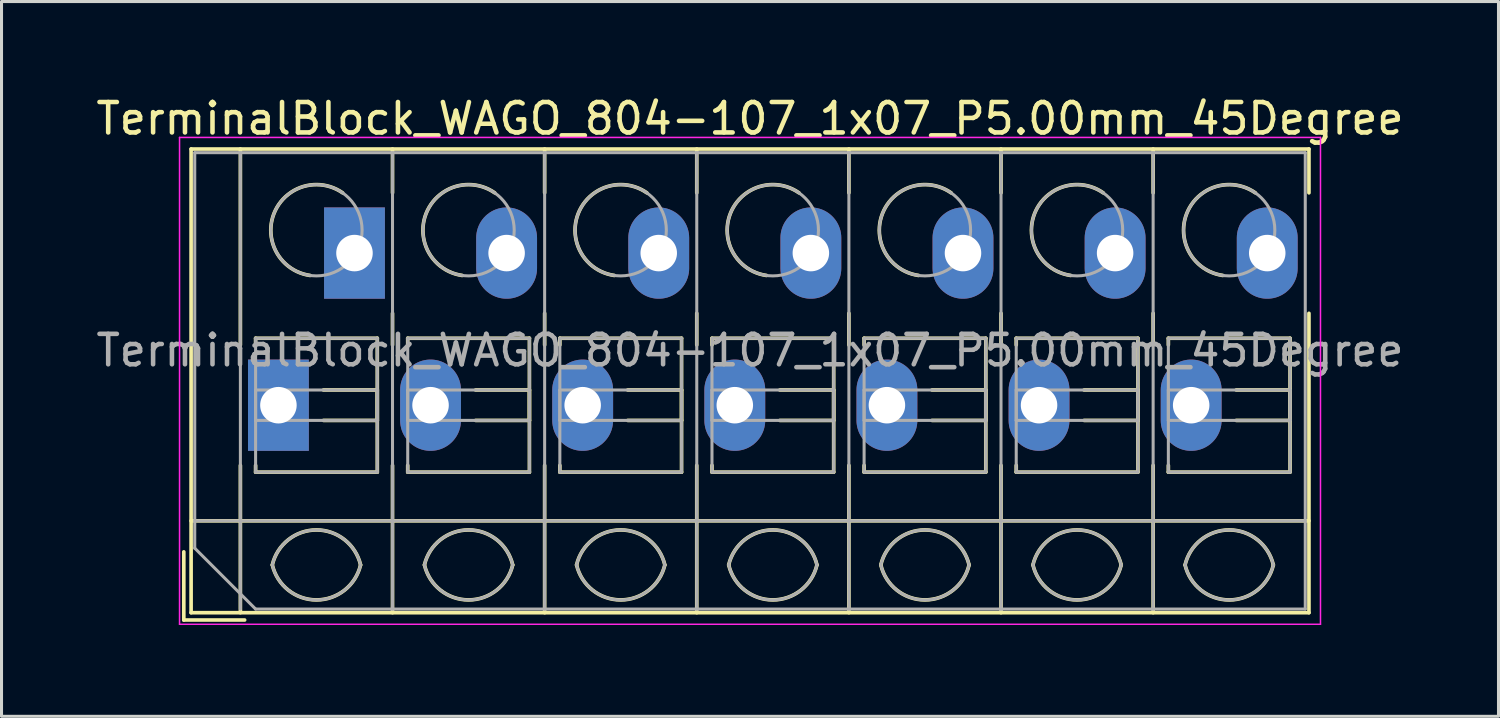
<source format=kicad_pcb>
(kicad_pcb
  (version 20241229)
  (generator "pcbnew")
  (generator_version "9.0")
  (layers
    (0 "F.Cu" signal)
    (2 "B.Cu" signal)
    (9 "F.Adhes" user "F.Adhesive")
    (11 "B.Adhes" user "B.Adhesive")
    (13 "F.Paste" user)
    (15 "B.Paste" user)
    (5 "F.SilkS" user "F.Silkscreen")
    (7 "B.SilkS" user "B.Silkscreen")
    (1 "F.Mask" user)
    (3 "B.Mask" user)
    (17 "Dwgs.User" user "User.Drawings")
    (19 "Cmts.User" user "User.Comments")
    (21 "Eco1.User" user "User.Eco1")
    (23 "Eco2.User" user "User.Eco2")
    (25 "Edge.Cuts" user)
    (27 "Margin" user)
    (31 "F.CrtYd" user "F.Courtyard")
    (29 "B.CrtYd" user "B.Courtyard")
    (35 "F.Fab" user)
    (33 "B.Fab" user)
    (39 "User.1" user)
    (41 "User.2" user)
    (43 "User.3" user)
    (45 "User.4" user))
  (footprint "TerminalBlock_WAGO_804-107_1x07_P5.00mm_45Degree"
    (layer "F.Cu")
    (at 6.101 10.268)
    (property "Reference" "TerminalBlock_WAGO_804-107_1x07_P5.00mm_45Degree" (at 15.5 -9.42 0) (layer "F.SilkS") (effects (font (size 1 1) (thickness 0.15))))
    (attr through_hole)
    (fp_line (start -3.11 4.82) (end -3.11 7.06) (stroke (width 0.12) (type solid)) (layer "F.SilkS"))
    (fp_line (start -3.11 7.06) (end -1.11 7.06) (stroke (width 0.12) (type solid)) (layer "F.SilkS"))
    (fp_line (start -2.87 -8.42) (end -2.87 6.82) (stroke (width 0.12) (type solid)) (layer "F.SilkS"))
    (fp_line (start -2.87 -8.42) (end 33.871 -8.42) (stroke (width 0.12) (type solid)) (layer "F.SilkS"))
    (fp_line (start -2.87 3.8) (end 33.871 3.8) (stroke (width 0.12) (type solid)) (layer "F.SilkS"))
    (fp_line (start -2.87 6.82) (end 33.871 6.82) (stroke (width 0.12) (type solid)) (layer "F.SilkS"))
    (fp_line (start -1.25 -8.42) (end -1.25 -1.98) (stroke (width 0.12) (type solid)) (layer "F.SilkS"))
    (fp_line (start -1.25 1.98) (end -1.25 6.82) (stroke (width 0.12) (type solid)) (layer "F.SilkS"))
    (fp_line (start -0.75 -2.2) (end -0.75 -1.98) (stroke (width 0.12) (type solid)) (layer "F.SilkS"))
    (fp_line (start -0.75 -2.2) (end 3.25 -2.2) (stroke (width 0.12) (type solid)) (layer "F.SilkS"))
    (fp_line (start -0.75 1.98) (end -0.75 2.2) (stroke (width 0.12) (type solid)) (layer "F.SilkS"))
    (fp_line (start -0.75 2.2) (end 3.25 2.2) (stroke (width 0.12) (type solid)) (layer "F.SilkS"))
    (fp_line (start 1.48 -0.5) (end 3.25 -0.5) (stroke (width 0.12) (type solid)) (layer "F.SilkS"))
    (fp_line (start 1.48 0.5) (end 3.25 0.5) (stroke (width 0.12) (type solid)) (layer "F.SilkS"))
    (fp_line (start 3.25 -2.2) (end 3.25 2.2) (stroke (width 0.12) (type solid)) (layer "F.SilkS"))
    (fp_line (start 3.25 -0.5) (end 3.25 0.5) (stroke (width 0.12) (type solid)) (layer "F.SilkS"))
    (fp_line (start 3.75 -8.42) (end 3.75 -6.98) (stroke (width 0.12) (type solid)) (layer "F.SilkS"))
    (fp_line (start 3.75 -3.02) (end 3.75 -1.98) (stroke (width 0.12) (type solid)) (layer "F.SilkS"))
    (fp_line (start 3.75 1.98) (end 3.75 6.82) (stroke (width 0.12) (type solid)) (layer "F.SilkS"))
    (fp_line (start 4.25 -2.2) (end 4.25 -1.98) (stroke (width 0.12) (type solid)) (layer "F.SilkS"))
    (fp_line (start 4.25 -2.2) (end 8.25 -2.2) (stroke (width 0.12) (type solid)) (layer "F.SilkS"))
    (fp_line (start 4.25 1.98) (end 4.25 2.2) (stroke (width 0.12) (type solid)) (layer "F.SilkS"))
    (fp_line (start 4.25 2.2) (end 8.25 2.2) (stroke (width 0.12) (type solid)) (layer "F.SilkS"))
    (fp_line (start 6.48 -0.5) (end 8.25 -0.5) (stroke (width 0.12) (type solid)) (layer "F.SilkS"))
    (fp_line (start 6.48 0.5) (end 8.25 0.5) (stroke (width 0.12) (type solid)) (layer "F.SilkS"))
    (fp_line (start 8.25 -2.2) (end 8.25 2.2) (stroke (width 0.12) (type solid)) (layer "F.SilkS"))
    (fp_line (start 8.25 -0.5) (end 8.25 0.5) (stroke (width 0.12) (type solid)) (layer "F.SilkS"))
    (fp_line (start 8.75 -8.42) (end 8.75 -6.98) (stroke (width 0.12) (type solid)) (layer "F.SilkS"))
    (fp_line (start 8.75 -3.02) (end 8.75 -1.98) (stroke (width 0.12) (type solid)) (layer "F.SilkS"))
    (fp_line (start 8.75 1.98) (end 8.75 6.82) (stroke (width 0.12) (type solid)) (layer "F.SilkS"))
    (fp_line (start 9.25 -2.2) (end 9.25 -1.98) (stroke (width 0.12) (type solid)) (layer "F.SilkS"))
    (fp_line (start 9.25 -2.2) (end 13.25 -2.2) (stroke (width 0.12) (type solid)) (layer "F.SilkS"))
    (fp_line (start 9.25 1.98) (end 9.25 2.2) (stroke (width 0.12) (type solid)) (layer "F.SilkS"))
    (fp_line (start 9.25 2.2) (end 13.25 2.2) (stroke (width 0.12) (type solid)) (layer "F.SilkS"))
    (fp_line (start 11.48 -0.5) (end 13.25 -0.5) (stroke (width 0.12) (type solid)) (layer "F.SilkS"))
    (fp_line (start 11.48 0.5) (end 13.25 0.5) (stroke (width 0.12) (type solid)) (layer "F.SilkS"))
    (fp_line (start 13.25 -2.2) (end 13.25 2.2) (stroke (width 0.12) (type solid)) (layer "F.SilkS"))
    (fp_line (start 13.25 -0.5) (end 13.25 0.5) (stroke (width 0.12) (type solid)) (layer "F.SilkS"))
    (fp_line (start 13.75 -8.42) (end 13.75 -6.98) (stroke (width 0.12) (type solid)) (layer "F.SilkS"))
    (fp_line (start 13.75 -3.02) (end 13.75 -1.98) (stroke (width 0.12) (type solid)) (layer "F.SilkS"))
    (fp_line (start 13.75 1.98) (end 13.75 6.82) (stroke (width 0.12) (type solid)) (layer "F.SilkS"))
    (fp_line (start 14.25 -2.2) (end 14.25 -1.98) (stroke (width 0.12) (type solid)) (layer "F.SilkS"))
    (fp_line (start 14.25 -2.2) (end 18.25 -2.2) (stroke (width 0.12) (type solid)) (layer "F.SilkS"))
    (fp_line (start 14.25 1.98) (end 14.25 2.2) (stroke (width 0.12) (type solid)) (layer "F.SilkS"))
    (fp_line (start 14.25 2.2) (end 18.25 2.2) (stroke (width 0.12) (type solid)) (layer "F.SilkS"))
    (fp_line (start 16.48 -0.5) (end 18.25 -0.5) (stroke (width 0.12) (type solid)) (layer "F.SilkS"))
    (fp_line (start 16.48 0.5) (end 18.25 0.5) (stroke (width 0.12) (type solid)) (layer "F.SilkS"))
    (fp_line (start 18.25 -2.2) (end 18.25 2.2) (stroke (width 0.12) (type solid)) (layer "F.SilkS"))
    (fp_line (start 18.25 -0.5) (end 18.25 0.5) (stroke (width 0.12) (type solid)) (layer "F.SilkS"))
    (fp_line (start 18.75 -8.42) (end 18.75 -6.98) (stroke (width 0.12) (type solid)) (layer "F.SilkS"))
    (fp_line (start 18.75 -3.02) (end 18.75 -1.98) (stroke (width 0.12) (type solid)) (layer "F.SilkS"))
    (fp_line (start 18.75 1.98) (end 18.75 6.82) (stroke (width 0.12) (type solid)) (layer "F.SilkS"))
    (fp_line (start 19.25 -2.2) (end 19.25 -1.98) (stroke (width 0.12) (type solid)) (layer "F.SilkS"))
    (fp_line (start 19.25 -2.2) (end 23.25 -2.2) (stroke (width 0.12) (type solid)) (layer "F.SilkS"))
    (fp_line (start 19.25 1.98) (end 19.25 2.2) (stroke (width 0.12) (type solid)) (layer "F.SilkS"))
    (fp_line (start 19.25 2.2) (end 23.25 2.2) (stroke (width 0.12) (type solid)) (layer "F.SilkS"))
    (fp_line (start 21.48 -0.5) (end 23.25 -0.5) (stroke (width 0.12) (type solid)) (layer "F.SilkS"))
    (fp_line (start 21.48 0.5) (end 23.25 0.5) (stroke (width 0.12) (type solid)) (layer "F.SilkS"))
    (fp_line (start 23.25 -2.2) (end 23.25 2.2) (stroke (width 0.12) (type solid)) (layer "F.SilkS"))
    (fp_line (start 23.25 -0.5) (end 23.25 0.5) (stroke (width 0.12) (type solid)) (layer "F.SilkS"))
    (fp_line (start 23.75 -8.42) (end 23.75 -6.98) (stroke (width 0.12) (type solid)) (layer "F.SilkS"))
    (fp_line (start 23.75 -3.02) (end 23.75 -1.98) (stroke (width 0.12) (type solid)) (layer "F.SilkS"))
    (fp_line (start 23.75 1.98) (end 23.75 6.82) (stroke (width 0.12) (type solid)) (layer "F.SilkS"))
    (fp_line (start 24.25 -2.2) (end 24.25 -1.98) (stroke (width 0.12) (type solid)) (layer "F.SilkS"))
    (fp_line (start 24.25 -2.2) (end 28.25 -2.2) (stroke (width 0.12) (type solid)) (layer "F.SilkS"))
    (fp_line (start 24.25 1.98) (end 24.25 2.2) (stroke (width 0.12) (type solid)) (layer "F.SilkS"))
    (fp_line (start 24.25 2.2) (end 28.25 2.2) (stroke (width 0.12) (type solid)) (layer "F.SilkS"))
    (fp_line (start 26.48 -0.5) (end 28.25 -0.5) (stroke (width 0.12) (type solid)) (layer "F.SilkS"))
    (fp_line (start 26.48 0.5) (end 28.25 0.5) (stroke (width 0.12) (type solid)) (layer "F.SilkS"))
    (fp_line (start 28.25 -2.2) (end 28.25 2.2) (stroke (width 0.12) (type solid)) (layer "F.SilkS"))
    (fp_line (start 28.25 -0.5) (end 28.25 0.5) (stroke (width 0.12) (type solid)) (layer "F.SilkS"))
    (fp_line (start 28.75 -8.42) (end 28.75 -6.98) (stroke (width 0.12) (type solid)) (layer "F.SilkS"))
    (fp_line (start 28.75 -3.02) (end 28.75 -1.98) (stroke (width 0.12) (type solid)) (layer "F.SilkS"))
    (fp_line (start 28.75 1.98) (end 28.75 6.82) (stroke (width 0.12) (type solid)) (layer "F.SilkS"))
    (fp_line (start 29.25 -2.2) (end 29.25 -1.98) (stroke (width 0.12) (type solid)) (layer "F.SilkS"))
    (fp_line (start 29.25 -2.2) (end 33.25 -2.2) (stroke (width 0.12) (type solid)) (layer "F.SilkS"))
    (fp_line (start 29.25 1.98) (end 29.25 2.2) (stroke (width 0.12) (type solid)) (layer "F.SilkS"))
    (fp_line (start 29.25 2.2) (end 33.25 2.2) (stroke (width 0.12) (type solid)) (layer "F.SilkS"))
    (fp_line (start 31.48 -0.5) (end 33.25 -0.5) (stroke (width 0.12) (type solid)) (layer "F.SilkS"))
    (fp_line (start 31.48 0.5) (end 33.25 0.5) (stroke (width 0.12) (type solid)) (layer "F.SilkS"))
    (fp_line (start 33.25 -2.2) (end 33.25 2.2) (stroke (width 0.12) (type solid)) (layer "F.SilkS"))
    (fp_line (start 33.25 -0.5) (end 33.25 0.5) (stroke (width 0.12) (type solid)) (layer "F.SilkS"))
    (fp_line (start 33.871 -8.42) (end 33.871 -6.98) (stroke (width 0.12) (type solid)) (layer "F.SilkS"))
    (fp_line (start 33.871 -3.02) (end 33.871 6.82) (stroke (width 0.12) (type solid)) (layer "F.SilkS"))
    (fp_arc (start -0.200865 5.250424) (mid 1.250296 4.099926) (end 2.701 5.251) (stroke (width 0.12) (type solid)) (layer "F.SilkS"))
    (fp_arc (start 1.040798 -4.264067) (mid -0.146039 -6.300306) (end 2.111 -6.979) (stroke (width 0.12) (type solid)) (layer "F.SilkS"))
    (fp_arc (start 2.7 5.25) (mid 1.250068 6.400101) (end -0.199969 5.250133) (stroke (width 0.12) (type solid)) (layer "F.SilkS"))
    (fp_arc (start 4.799135 5.250424) (mid 6.250296 4.099926) (end 7.701 5.251) (stroke (width 0.12) (type solid)) (layer "F.SilkS"))
    (fp_arc (start 6.040798 -4.264067) (mid 4.853961 -6.300306) (end 7.111 -6.979) (stroke (width 0.12) (type solid)) (layer "F.SilkS"))
    (fp_arc (start 7.7 5.25) (mid 6.250068 6.400101) (end 4.800031 5.250133) (stroke (width 0.12) (type solid)) (layer "F.SilkS"))
    (fp_arc (start 9.799135 5.250424) (mid 11.250296 4.099926) (end 12.701 5.251) (stroke (width 0.12) (type solid)) (layer "F.SilkS"))
    (fp_arc (start 11.040798 -4.264067) (mid 9.853961 -6.300306) (end 12.111 -6.979) (stroke (width 0.12) (type solid)) (layer "F.SilkS"))
    (fp_arc (start 12.7 5.25) (mid 11.250068 6.400101) (end 9.800031 5.250133) (stroke (width 0.12) (type solid)) (layer "F.SilkS"))
    (fp_arc (start 14.799135 5.250424) (mid 16.250296 4.099926) (end 17.701 5.251) (stroke (width 0.12) (type solid)) (layer "F.SilkS"))
    (fp_arc (start 16.040798 -4.264067) (mid 14.853961 -6.300306) (end 17.111 -6.979) (stroke (width 0.12) (type solid)) (layer "F.SilkS"))
    (fp_arc (start 17.7 5.25) (mid 16.250068 6.400101) (end 14.800031 5.250133) (stroke (width 0.12) (type solid)) (layer "F.SilkS"))
    (fp_arc (start 19.799135 5.250424) (mid 21.250296 4.099926) (end 22.701 5.251) (stroke (width 0.12) (type solid)) (layer "F.SilkS"))
    (fp_arc (start 21.040798 -4.264067) (mid 19.853961 -6.300306) (end 22.111 -6.979) (stroke (width 0.12) (type solid)) (layer "F.SilkS"))
    (fp_arc (start 22.7 5.25) (mid 21.250068 6.400101) (end 19.800031 5.250133) (stroke (width 0.12) (type solid)) (layer "F.SilkS"))
    (fp_arc (start 24.799135 5.250424) (mid 26.250296 4.099926) (end 27.701 5.251) (stroke (width 0.12) (type solid)) (layer "F.SilkS"))
    (fp_arc (start 26.040798 -4.264067) (mid 24.853961 -6.300306) (end 27.111 -6.979) (stroke (width 0.12) (type solid)) (layer "F.SilkS"))
    (fp_arc (start 27.7 5.25) (mid 26.250068 6.400101) (end 24.800031 5.250133) (stroke (width 0.12) (type solid)) (layer "F.SilkS"))
    (fp_arc (start 29.799135 5.250424) (mid 31.250296 4.099926) (end 32.701 5.251) (stroke (width 0.12) (type solid)) (layer "F.SilkS"))
    (fp_arc (start 31.040798 -4.264067) (mid 29.853961 -6.300306) (end 32.111 -6.979) (stroke (width 0.12) (type solid)) (layer "F.SilkS"))
    (fp_arc (start 32.701 5.25) (mid 31.250296 6.401074) (end 29.799135 5.250576) (stroke (width 0.12) (type solid)) (layer "F.SilkS"))
    (fp_line (start -3.25 -8.8) (end -3.25 7.2) (stroke (width 0.05) (type solid)) (layer "F.CrtYd"))
    (fp_line (start -3.25 7.2) (end 34.25 7.2) (stroke (width 0.05) (type solid)) (layer "F.CrtYd"))
    (fp_line (start 34.25 -8.8) (end -3.25 -8.8) (stroke (width 0.05) (type solid)) (layer "F.CrtYd"))
    (fp_line (start 34.25 7.2) (end 34.25 -8.8) (stroke (width 0.05) (type solid)) (layer "F.CrtYd"))
    (fp_line (start -2.75 -8.3) (end 33.75 -8.3) (stroke (width 0.1) (type solid)) (layer "F.Fab"))
    (fp_line (start -2.75 3.8) (end 33.75 3.8) (stroke (width 0.1) (type solid)) (layer "F.Fab"))
    (fp_line (start -2.75 4.7) (end -2.75 -8.3) (stroke (width 0.1) (type solid)) (layer "F.Fab"))
    (fp_line (start -1.25 -8.3) (end -1.25 6.7) (stroke (width 0.1) (type solid)) (layer "F.Fab"))
    (fp_line (start -0.75 -2.2) (end -0.75 2.2) (stroke (width 0.1) (type solid)) (layer "F.Fab"))
    (fp_line (start -0.75 -0.5) (end -0.75 0.5) (stroke (width 0.1) (type solid)) (layer "F.Fab"))
    (fp_line (start -0.75 0.5) (end 3.25 0.5) (stroke (width 0.1) (type solid)) (layer "F.Fab"))
    (fp_line (start -0.75 2.2) (end 3.25 2.2) (stroke (width 0.1) (type solid)) (layer "F.Fab"))
    (fp_line (start -0.75 6.7) (end -2.75 4.7) (stroke (width 0.1) (type solid)) (layer "F.Fab"))
    (fp_line (start 3.25 -2.2) (end -0.75 -2.2) (stroke (width 0.1) (type solid)) (layer "F.Fab"))
    (fp_line (start 3.25 -0.5) (end -0.75 -0.5) (stroke (width 0.1) (type solid)) (layer "F.Fab"))
    (fp_line (start 3.25 0.5) (end 3.25 -0.5) (stroke (width 0.1) (type solid)) (layer "F.Fab"))
    (fp_line (start 3.25 2.2) (end 3.25 -2.2) (stroke (width 0.1) (type solid)) (layer "F.Fab"))
    (fp_line (start 3.75 -8.3) (end 3.75 6.7) (stroke (width 0.1) (type solid)) (layer "F.Fab"))
    (fp_line (start 4.25 -2.2) (end 4.25 2.2) (stroke (width 0.1) (type solid)) (layer "F.Fab"))
    (fp_line (start 4.25 -0.5) (end 4.25 0.5) (stroke (width 0.1) (type solid)) (layer "F.Fab"))
    (fp_line (start 4.25 0.5) (end 8.25 0.5) (stroke (width 0.1) (type solid)) (layer "F.Fab"))
    (fp_line (start 4.25 2.2) (end 8.25 2.2) (stroke (width 0.1) (type solid)) (layer "F.Fab"))
    (fp_line (start 8.25 -2.2) (end 4.25 -2.2) (stroke (width 0.1) (type solid)) (layer "F.Fab"))
    (fp_line (start 8.25 -0.5) (end 4.25 -0.5) (stroke (width 0.1) (type solid)) (layer "F.Fab"))
    (fp_line (start 8.25 0.5) (end 8.25 -0.5) (stroke (width 0.1) (type solid)) (layer "F.Fab"))
    (fp_line (start 8.25 2.2) (end 8.25 -2.2) (stroke (width 0.1) (type solid)) (layer "F.Fab"))
    (fp_line (start 8.75 -8.3) (end 8.75 6.7) (stroke (width 0.1) (type solid)) (layer "F.Fab"))
    (fp_line (start 9.25 -2.2) (end 9.25 2.2) (stroke (width 0.1) (type solid)) (layer "F.Fab"))
    (fp_line (start 9.25 -0.5) (end 9.25 0.5) (stroke (width 0.1) (type solid)) (layer "F.Fab"))
    (fp_line (start 9.25 0.5) (end 13.25 0.5) (stroke (width 0.1) (type solid)) (layer "F.Fab"))
    (fp_line (start 9.25 2.2) (end 13.25 2.2) (stroke (width 0.1) (type solid)) (layer "F.Fab"))
    (fp_line (start 13.25 -2.2) (end 9.25 -2.2) (stroke (width 0.1) (type solid)) (layer "F.Fab"))
    (fp_line (start 13.25 -0.5) (end 9.25 -0.5) (stroke (width 0.1) (type solid)) (layer "F.Fab"))
    (fp_line (start 13.25 0.5) (end 13.25 -0.5) (stroke (width 0.1) (type solid)) (layer "F.Fab"))
    (fp_line (start 13.25 2.2) (end 13.25 -2.2) (stroke (width 0.1) (type solid)) (layer "F.Fab"))
    (fp_line (start 13.75 -8.3) (end 13.75 6.7) (stroke (width 0.1) (type solid)) (layer "F.Fab"))
    (fp_line (start 14.25 -2.2) (end 14.25 2.2) (stroke (width 0.1) (type solid)) (layer "F.Fab"))
    (fp_line (start 14.25 -0.5) (end 14.25 0.5) (stroke (width 0.1) (type solid)) (layer "F.Fab"))
    (fp_line (start 14.25 0.5) (end 18.25 0.5) (stroke (width 0.1) (type solid)) (layer "F.Fab"))
    (fp_line (start 14.25 2.2) (end 18.25 2.2) (stroke (width 0.1) (type solid)) (layer "F.Fab"))
    (fp_line (start 18.25 -2.2) (end 14.25 -2.2) (stroke (width 0.1) (type solid)) (layer "F.Fab"))
    (fp_line (start 18.25 -0.5) (end 14.25 -0.5) (stroke (width 0.1) (type solid)) (layer "F.Fab"))
    (fp_line (start 18.25 0.5) (end 18.25 -0.5) (stroke (width 0.1) (type solid)) (layer "F.Fab"))
    (fp_line (start 18.25 2.2) (end 18.25 -2.2) (stroke (width 0.1) (type solid)) (layer "F.Fab"))
    (fp_line (start 18.75 -8.3) (end 18.75 6.7) (stroke (width 0.1) (type solid)) (layer "F.Fab"))
    (fp_line (start 19.25 -2.2) (end 19.25 2.2) (stroke (width 0.1) (type solid)) (layer "F.Fab"))
    (fp_line (start 19.25 -0.5) (end 19.25 0.5) (stroke (width 0.1) (type solid)) (layer "F.Fab"))
    (fp_line (start 19.25 0.5) (end 23.25 0.5) (stroke (width 0.1) (type solid)) (layer "F.Fab"))
    (fp_line (start 19.25 2.2) (end 23.25 2.2) (stroke (width 0.1) (type solid)) (layer "F.Fab"))
    (fp_line (start 23.25 -2.2) (end 19.25 -2.2) (stroke (width 0.1) (type solid)) (layer "F.Fab"))
    (fp_line (start 23.25 -0.5) (end 19.25 -0.5) (stroke (width 0.1) (type solid)) (layer "F.Fab"))
    (fp_line (start 23.25 0.5) (end 23.25 -0.5) (stroke (width 0.1) (type solid)) (layer "F.Fab"))
    (fp_line (start 23.25 2.2) (end 23.25 -2.2) (stroke (width 0.1) (type solid)) (layer "F.Fab"))
    (fp_line (start 23.75 -8.3) (end 23.75 6.7) (stroke (width 0.1) (type solid)) (layer "F.Fab"))
    (fp_line (start 24.25 -2.2) (end 24.25 2.2) (stroke (width 0.1) (type solid)) (layer "F.Fab"))
    (fp_line (start 24.25 -0.5) (end 24.25 0.5) (stroke (width 0.1) (type solid)) (layer "F.Fab"))
    (fp_line (start 24.25 0.5) (end 28.25 0.5) (stroke (width 0.1) (type solid)) (layer "F.Fab"))
    (fp_line (start 24.25 2.2) (end 28.25 2.2) (stroke (width 0.1) (type solid)) (layer "F.Fab"))
    (fp_line (start 28.25 -2.2) (end 24.25 -2.2) (stroke (width 0.1) (type solid)) (layer "F.Fab"))
    (fp_line (start 28.25 -0.5) (end 24.25 -0.5) (stroke (width 0.1) (type solid)) (layer "F.Fab"))
    (fp_line (start 28.25 0.5) (end 28.25 -0.5) (stroke (width 0.1) (type solid)) (layer "F.Fab"))
    (fp_line (start 28.25 2.2) (end 28.25 -2.2) (stroke (width 0.1) (type solid)) (layer "F.Fab"))
    (fp_line (start 28.75 -8.3) (end 28.75 6.7) (stroke (width 0.1) (type solid)) (layer "F.Fab"))
    (fp_line (start 29.25 -2.2) (end 29.25 2.2) (stroke (width 0.1) (type solid)) (layer "F.Fab"))
    (fp_line (start 29.25 -0.5) (end 29.25 0.5) (stroke (width 0.1) (type solid)) (layer "F.Fab"))
    (fp_line (start 29.25 0.5) (end 33.25 0.5) (stroke (width 0.1) (type solid)) (layer "F.Fab"))
    (fp_line (start 29.25 2.2) (end 33.25 2.2) (stroke (width 0.1) (type solid)) (layer "F.Fab"))
    (fp_line (start 33.25 -2.2) (end 29.25 -2.2) (stroke (width 0.1) (type solid)) (layer "F.Fab"))
    (fp_line (start 33.25 -0.5) (end 29.25 -0.5) (stroke (width 0.1) (type solid)) (layer "F.Fab"))
    (fp_line (start 33.25 0.5) (end 33.25 -0.5) (stroke (width 0.1) (type solid)) (layer "F.Fab"))
    (fp_line (start 33.25 2.2) (end 33.25 -2.2) (stroke (width 0.1) (type solid)) (layer "F.Fab"))
    (fp_line (start 33.75 -8.3) (end 33.75 6.7) (stroke (width 0.1) (type solid)) (layer "F.Fab"))
    (fp_line (start 33.75 6.7) (end -0.75 6.7) (stroke (width 0.1) (type solid)) (layer "F.Fab"))
    (fp_arc (start -0.200865 5.250424) (mid 1.250296 4.099926) (end 2.701 5.251) (stroke (width 0.1) (type solid)) (layer "F.Fab"))
    (fp_arc (start 2.7 5.25) (mid 1.250068 6.400101) (end -0.199969 5.250133) (stroke (width 0.1) (type solid)) (layer "F.Fab"))
    (fp_arc (start 4.799135 5.250424) (mid 6.250296 4.099926) (end 7.701 5.251) (stroke (width 0.1) (type solid)) (layer "F.Fab"))
    (fp_arc (start 7.7 5.25) (mid 6.250068 6.400101) (end 4.800031 5.250133) (stroke (width 0.1) (type solid)) (layer "F.Fab"))
    (fp_arc (start 9.799135 5.250424) (mid 11.250296 4.099926) (end 12.701 5.251) (stroke (width 0.1) (type solid)) (layer "F.Fab"))
    (fp_arc (start 12.7 5.25) (mid 11.250068 6.400101) (end 9.800031 5.250133) (stroke (width 0.1) (type solid)) (layer "F.Fab"))
    (fp_arc (start 14.799135 5.250424) (mid 16.250296 4.099926) (end 17.701 5.251) (stroke (width 0.1) (type solid)) (layer "F.Fab"))
    (fp_arc (start 17.7 5.25) (mid 16.250068 6.400101) (end 14.800031 5.250133) (stroke (width 0.1) (type solid)) (layer "F.Fab"))
    (fp_arc (start 19.799135 5.250424) (mid 21.250296 4.099926) (end 22.701 5.251) (stroke (width 0.1) (type solid)) (layer "F.Fab"))
    (fp_arc (start 22.7 5.25) (mid 21.250068 6.400101) (end 19.800031 5.250133) (stroke (width 0.1) (type solid)) (layer "F.Fab"))
    (fp_arc (start 24.799135 5.250424) (mid 26.250296 4.099926) (end 27.701 5.251) (stroke (width 0.1) (type solid)) (layer "F.Fab"))
    (fp_arc (start 27.7 5.25) (mid 26.250068 6.400101) (end 24.800031 5.250133) (stroke (width 0.1) (type solid)) (layer "F.Fab"))
    (fp_arc (start 29.799135 5.250424) (mid 31.250296 4.099926) (end 32.701 5.251) (stroke (width 0.1) (type solid)) (layer "F.Fab"))
    (fp_arc (start 32.701 5.25) (mid 31.250296 6.401074) (end 29.799135 5.250576) (stroke (width 0.1) (type solid)) (layer "F.Fab"))
    (fp_circle (center 1.25 -5.75) (end 2.75 -5.75) (stroke (width 0.1) (type solid)) (fill no) (layer "F.Fab"))
    (fp_circle (center 6.25 -5.75) (end 7.75 -5.75) (stroke (width 0.1) (type solid)) (fill no) (layer "F.Fab"))
    (fp_circle (center 11.25 -5.75) (end 12.75 -5.75) (stroke (width 0.1) (type solid)) (fill no) (layer "F.Fab"))
    (fp_circle (center 16.25 -5.75) (end 17.75 -5.75) (stroke (width 0.1) (type solid)) (fill no) (layer "F.Fab"))
    (fp_circle (center 21.25 -5.75) (end 22.75 -5.75) (stroke (width 0.1) (type solid)) (fill no) (layer "F.Fab"))
    (fp_circle (center 26.25 -5.75) (end 27.75 -5.75) (stroke (width 0.1) (type solid)) (fill no) (layer "F.Fab"))
    (fp_circle (center 31.25 -5.75) (end 32.75 -5.75) (stroke (width 0.1) (type solid)) (fill no) (layer "F.Fab"))
    (fp_text user "${REFERENCE}" (at 15.5 -1.8 0) (layer "F.Fab") (effects (font (size 1 1) (thickness 0.15))))
    (pad "1" thru_hole rect (at 0 0) (size 2 3) (drill 1.2) (layers "*.Cu" "*.Mask"))
    (pad "1" thru_hole rect (at 2.5 -5) (size 2 3) (drill 1.2) (layers "*.Cu" "*.Mask"))
    (pad "2" thru_hole oval (at 5 0) (size 2 3) (drill 1.2) (layers "*.Cu" "*.Mask"))
    (pad "2" thru_hole oval (at 7.5 -5) (size 2 3) (drill 1.2) (layers "*.Cu" "*.Mask"))
    (pad "3" thru_hole oval (at 10 0) (size 2 3) (drill 1.2) (layers "*.Cu" "*.Mask"))
    (pad "3" thru_hole oval (at 12.5 -5) (size 2 3) (drill 1.2) (layers "*.Cu" "*.Mask"))
    (pad "4" thru_hole oval (at 15 0) (size 2 3) (drill 1.2) (layers "*.Cu" "*.Mask"))
    (pad "4" thru_hole oval (at 17.5 -5) (size 2 3) (drill 1.2) (layers "*.Cu" "*.Mask"))
    (pad "5" thru_hole oval (at 20 0) (size 2 3) (drill 1.2) (layers "*.Cu" "*.Mask"))
    (pad "5" thru_hole oval (at 22.5 -5) (size 2 3) (drill 1.2) (layers "*.Cu" "*.Mask"))
    (pad "6" thru_hole oval (at 25 0) (size 2 3) (drill 1.2) (layers "*.Cu" "*.Mask"))
    (pad "6" thru_hole oval (at 27.5 -5) (size 2 3) (drill 1.2) (layers "*.Cu" "*.Mask"))
    (pad "7" thru_hole oval (at 30 0) (size 2 3) (drill 1.2) (layers "*.Cu" "*.Mask"))
    (pad "7" thru_hole oval (at 32.5 -5) (size 2 3) (drill 1.2) (layers "*.Cu" "*.Mask")))
  (gr_rect
    (start -3 -3)
    (end 46.202 20.493)
    (stroke (width 0.1) (type default))
    (fill no)
    (layer "Edge.Cuts")))
</source>
